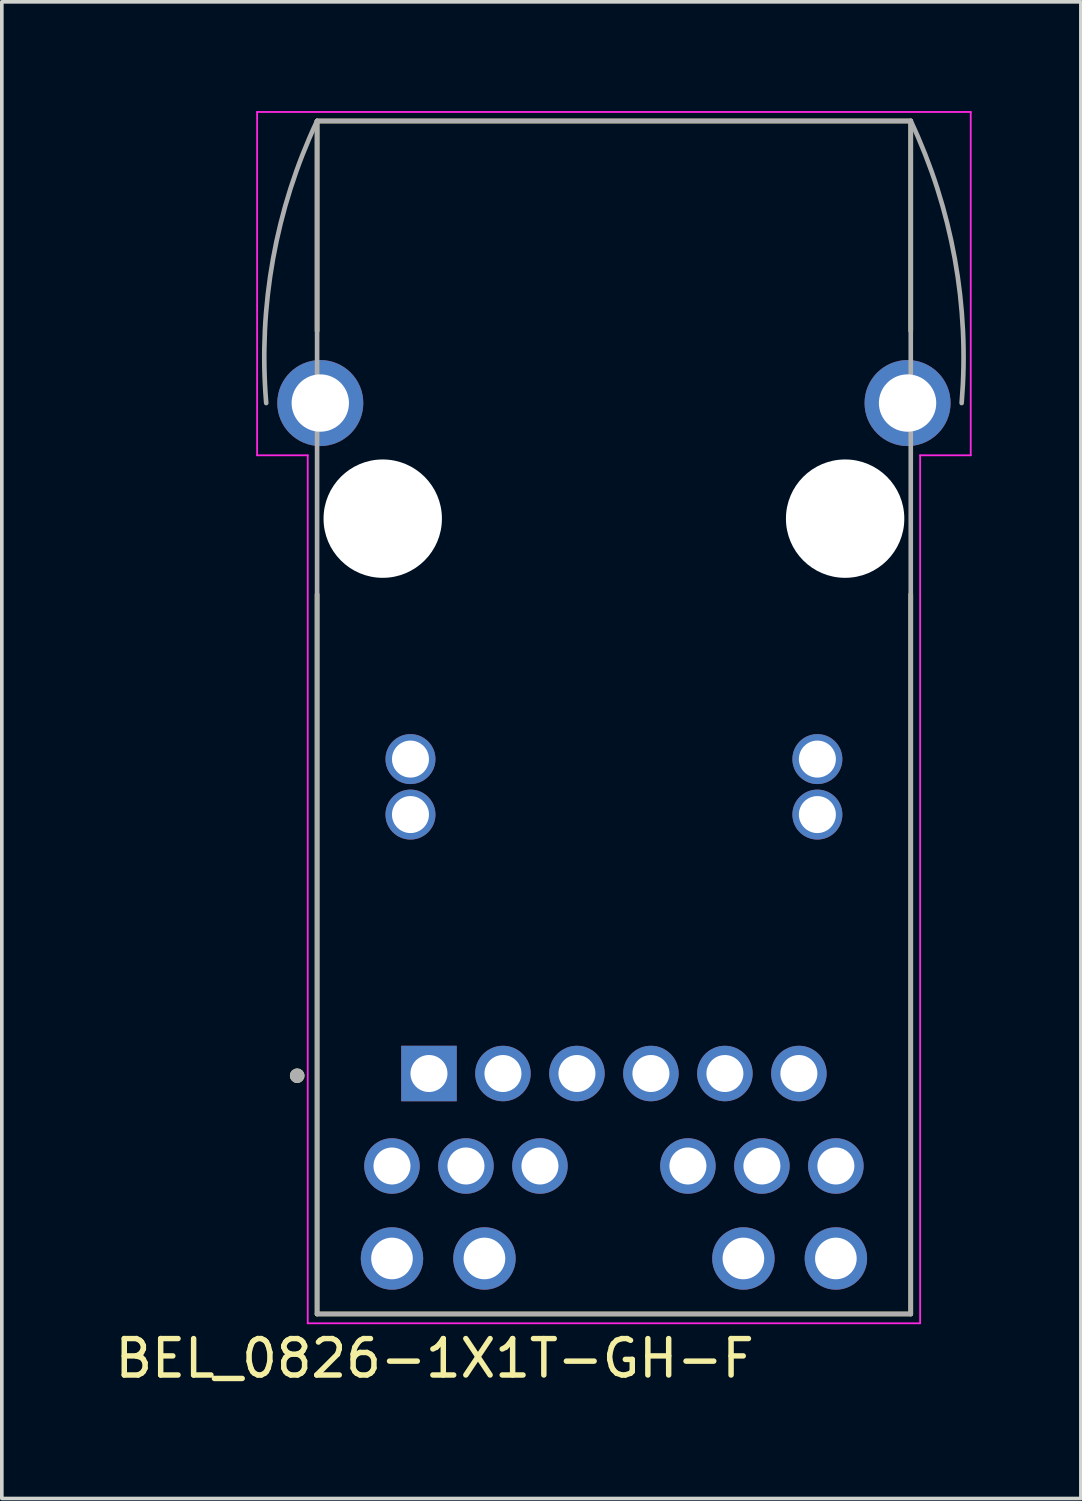
<source format=kicad_pcb>
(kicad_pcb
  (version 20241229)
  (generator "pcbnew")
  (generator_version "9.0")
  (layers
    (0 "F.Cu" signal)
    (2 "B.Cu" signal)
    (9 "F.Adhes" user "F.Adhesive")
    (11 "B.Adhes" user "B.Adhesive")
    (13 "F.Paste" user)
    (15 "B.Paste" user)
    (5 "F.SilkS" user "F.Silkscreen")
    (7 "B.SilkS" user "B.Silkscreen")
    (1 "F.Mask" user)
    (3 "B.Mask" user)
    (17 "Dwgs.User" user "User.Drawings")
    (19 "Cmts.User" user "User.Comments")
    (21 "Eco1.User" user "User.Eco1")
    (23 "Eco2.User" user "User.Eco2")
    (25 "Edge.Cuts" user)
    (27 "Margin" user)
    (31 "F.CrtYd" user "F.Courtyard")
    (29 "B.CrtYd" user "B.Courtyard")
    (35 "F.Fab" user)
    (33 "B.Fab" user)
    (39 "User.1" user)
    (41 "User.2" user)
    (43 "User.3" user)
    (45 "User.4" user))
  (footprint "BEL_0826-1X1T-GH-F"
    (layer "F.Cu")
    (at 13.812 11.195)
    (property "Reference" "BEL_0826-1X1T-GH-F" (at -4.925 23.065 0) (layer "F.SilkS") (effects (font (size 1 1) (thickness 0.15))))
    (attr through_hole)
    (fp_line (start -8.153 -5.156) (end -8.153 -10.922) (stroke (width 0.127) (type solid)) (layer "F.SilkS"))
    (fp_line (start -8.153 21.844) (end -8.153 2.078) (stroke (width 0.127) (type solid)) (layer "F.SilkS"))
    (fp_line (start -8.153 21.844) (end 8.153 21.844) (stroke (width 0.127) (type solid)) (layer "F.SilkS"))
    (fp_line (start 8.153 -10.922) (end -8.153 -10.922) (stroke (width 0.127) (type solid)) (layer "F.SilkS"))
    (fp_line (start 8.153 -5.156) (end 8.153 -10.922) (stroke (width 0.127) (type solid)) (layer "F.SilkS"))
    (fp_line (start 8.153 21.844) (end 8.153 2.078) (stroke (width 0.127) (type solid)) (layer "F.SilkS"))
    (fp_circle (center -8.7 15.3) (end -8.6 15.3) (stroke (width 0.2) (type solid)) (fill no) (layer "F.SilkS"))
    (fp_line (start -9.8 -11.17) (end 9.8 -11.17) (stroke (width 0.05) (type solid)) (layer "F.CrtYd"))
    (fp_line (start -9.8 -1.74) (end -9.8 -11.17) (stroke (width 0.05) (type solid)) (layer "F.CrtYd"))
    (fp_line (start -8.41 -1.74) (end -9.8 -1.74) (stroke (width 0.05) (type solid)) (layer "F.CrtYd"))
    (fp_line (start -8.41 22.1) (end -8.41 -1.74) (stroke (width 0.05) (type solid)) (layer "F.CrtYd"))
    (fp_line (start 8.41 -1.74) (end 8.41 22.1) (stroke (width 0.05) (type solid)) (layer "F.CrtYd"))
    (fp_line (start 8.41 22.1) (end -8.41 22.1) (stroke (width 0.05) (type solid)) (layer "F.CrtYd"))
    (fp_line (start 9.8 -11.17) (end 9.8 -1.74) (stroke (width 0.05) (type solid)) (layer "F.CrtYd"))
    (fp_line (start 9.8 -1.74) (end 8.41 -1.74) (stroke (width 0.05) (type solid)) (layer "F.CrtYd"))
    (fp_line (start -8.153 -10.922) (end -8.153 21.844) (stroke (width 0.127) (type solid)) (layer "F.Fab"))
    (fp_line (start -8.153 21.844) (end 8.153 21.844) (stroke (width 0.127) (type solid)) (layer "F.Fab"))
    (fp_line (start 8.153 -10.922) (end -8.153 -10.922) (stroke (width 0.127) (type solid)) (layer "F.Fab"))
    (fp_line (start 8.153 21.844) (end 8.153 -10.922) (stroke (width 0.127) (type solid)) (layer "F.Fab"))
    (fp_arc (start -9.5504 -3.175) (mid -9.361856 -7.140459) (end -8.1534 -10.922) (stroke (width 0.127) (type solid)) (layer "F.Fab"))
    (fp_arc (start 8.1534 -10.922) (mid 9.361856 -7.140459) (end 9.5504 -3.175) (stroke (width 0.127) (type solid)) (layer "F.Fab"))
    (fp_circle (center -8.7 15.3) (end -8.6 15.3) (stroke (width 0.2) (type solid)) (fill no) (layer "F.Fab"))
    (pad "" np_thru_hole circle (at -6.35 0) (size 3.251 3.251) (drill 3.251) (layers "*.Cu" "*.Mask"))
    (pad "" np_thru_hole circle (at 6.35 0) (size 3.251 3.251) (drill 3.251) (layers "*.Cu" "*.Mask"))
    (pad "1" thru_hole rect (at -5.08 15.24) (size 1.524 1.524) (drill 1.016) (layers "*.Cu" "*.Mask"))
    (pad "2" thru_hole circle (at -3.048 15.24) (size 1.524 1.524) (drill 1.016) (layers "*.Cu" "*.Mask"))
    (pad "3" thru_hole circle (at -1.016 15.24) (size 1.524 1.524) (drill 1.016) (layers "*.Cu" "*.Mask"))
    (pad "4" thru_hole circle (at 1.016 15.24) (size 1.524 1.524) (drill 1.016) (layers "*.Cu" "*.Mask"))
    (pad "5" thru_hole circle (at 3.048 15.24) (size 1.524 1.524) (drill 1.016) (layers "*.Cu" "*.Mask"))
    (pad "6" thru_hole circle (at 5.08 15.24) (size 1.524 1.524) (drill 1.016) (layers "*.Cu" "*.Mask"))
    (pad "7" thru_hole circle (at -6.096 17.78) (size 1.524 1.524) (drill 1.016) (layers "*.Cu" "*.Mask"))
    (pad "8" thru_hole circle (at -4.064 17.78) (size 1.524 1.524) (drill 1.016) (layers "*.Cu" "*.Mask"))
    (pad "9" thru_hole circle (at -2.032 17.78) (size 1.524 1.524) (drill 1.016) (layers "*.Cu" "*.Mask"))
    (pad "10" thru_hole circle (at 2.032 17.78) (size 1.524 1.524) (drill 1.016) (layers "*.Cu" "*.Mask"))
    (pad "11" thru_hole circle (at 4.064 17.78) (size 1.524 1.524) (drill 1.016) (layers "*.Cu" "*.Mask"))
    (pad "12" thru_hole circle (at 6.096 17.78) (size 1.524 1.524) (drill 1.016) (layers "*.Cu" "*.Mask"))
    (pad "13" thru_hole circle (at -5.588 8.128) (size 1.372 1.372) (drill 1.016) (layers "*.Cu" "*.Mask"))
    (pad "14" thru_hole circle (at 5.588 8.128) (size 1.372 1.372) (drill 1.016) (layers "*.Cu" "*.Mask"))
    (pad "15" thru_hole circle (at -5.588 6.604) (size 1.372 1.372) (drill 1.016) (layers "*.Cu" "*.Mask"))
    (pad "16" thru_hole circle (at 5.588 6.604) (size 1.372 1.372) (drill 1.016) (layers "*.Cu" "*.Mask"))
    (pad "17" thru_hole circle (at -6.096 20.32) (size 1.714 1.714) (drill 1.143) (layers "*.Cu" "*.Mask"))
    (pad "18" thru_hole circle (at -3.556 20.32) (size 1.714 1.714) (drill 1.143) (layers "*.Cu" "*.Mask"))
    (pad "19" thru_hole circle (at 3.556 20.32) (size 1.714 1.714) (drill 1.143) (layers "*.Cu" "*.Mask"))
    (pad "20" thru_hole circle (at 6.096 20.32) (size 1.714 1.714) (drill 1.143) (layers "*.Cu" "*.Mask"))
    (pad "S1" thru_hole circle (at -8.065 -3.175) (size 2.362 2.362) (drill 1.575) (layers "*.Cu" "*.Mask"))
    (pad "S2" thru_hole circle (at 8.065 -3.175) (size 2.362 2.362) (drill 1.575) (layers "*.Cu" "*.Mask"))
    (zone (net_name "") (layer "F.Cu") (hatch full 0.508) (connect_pads) (min_thickness 0.01) (filled_areas_thickness no) (keepout (tracks not_allowed) (vias not_allowed) (pads not_allowed) (copperpour not_allowed) (footprints allowed)) (placement (enabled no)) (fill) (polygon (pts (xy 4.897 24.784) (xy 7.259 24.784) (xy 7.259 31.261) (xy 4.897 31.261))))
    (zone (net_name "") (layer "F.Cu") (hatch full 0.508) (connect_pads) (min_thickness 0.01) (filled_areas_thickness no) (keepout (tracks not_allowed) (vias not_allowed) (pads not_allowed) (copperpour not_allowed) (footprints allowed)) (placement (enabled no)) (fill) (polygon (pts (xy 20.365 24.784) (xy 22.727 24.784) (xy 22.727 31.261) (xy 20.365 31.261))))
    (zone (net_name "") (layer "F.Cu") (hatch full 0.508) (connect_pads) (min_thickness 0.01) (filled_areas_thickness no) (keepout (tracks not_allowed) (vias not_allowed) (pads not_allowed) (copperpour not_allowed) (footprints allowed)) (placement (enabled no)) (fill) (polygon (pts (xy 4.897 7.639) (xy 7.818 7.639) (xy 7.818 3.321) (xy 19.806 3.321) (xy 19.806 7.639) (xy 22.727 7.639) (xy 22.727 0.273) (xy 4.897 0.273))))
    (zone (net_name "") (layers "F.Cu" "B.Cu") (hatch full 0.508) (connect_pads) (min_thickness 0.01) (filled_areas_thickness no) (keepout (tracks allowed) (vias not_allowed) (pads allowed) (copperpour allowed) (footprints allowed)) (placement (enabled no)) (fill) (polygon (pts (xy 4.897 24.784) (xy 7.259 24.784) (xy 7.259 31.261) (xy 4.897 31.261))))
    (zone (net_name "") (layers "F.Cu" "B.Cu") (hatch full 0.508) (connect_pads) (min_thickness 0.01) (filled_areas_thickness no) (keepout (tracks allowed) (vias not_allowed) (pads allowed) (copperpour allowed) (footprints allowed)) (placement (enabled no)) (fill) (polygon (pts (xy 20.365 24.784) (xy 22.727 24.784) (xy 22.727 31.261) (xy 20.365 31.261))))
    (zone (net_name "") (layers "F.Cu" "B.Cu") (hatch full 0.508) (connect_pads) (min_thickness 0.01) (filled_areas_thickness no) (keepout (tracks allowed) (vias not_allowed) (pads allowed) (copperpour allowed) (footprints allowed)) (placement (enabled no)) (fill) (polygon (pts (xy 4.897 7.639) (xy 7.818 7.639) (xy 7.818 3.321) (xy 19.806 3.321) (xy 19.806 7.639) (xy 22.727 7.639) (xy 22.727 0.273) (xy 4.897 0.273)))))
  (gr_rect
    (start -3 -3)
    (end 26.637 38.108)
    (stroke (width 0.1) (type default))
    (fill no)
    (layer "Edge.Cuts")))
</source>
